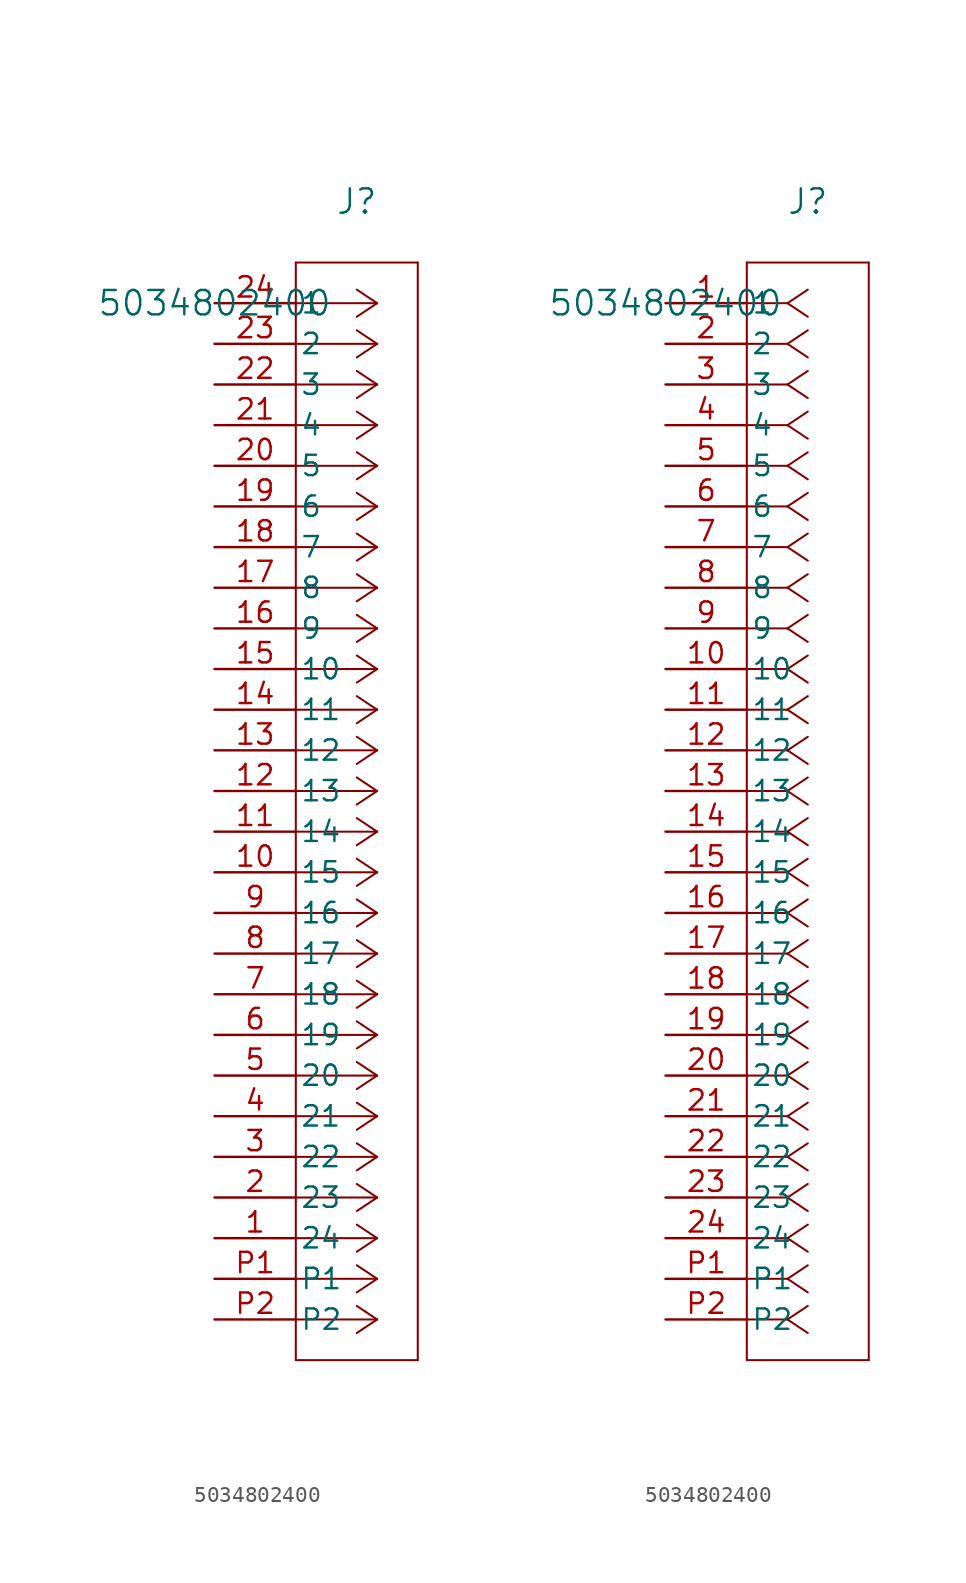
<source format=kicad_sym>
(kicad_symbol_lib
  (version 20241209)
  (generator "kicad_symbol_editor")
  (generator_version "9.0")
  (symbol "5034802400"
    (pin_names
      (offset 0.254))
    (property "Reference" "J"
      (at 8.89 6.35 0)
      (effects (font (size 1.524 1.524))))
    (property "Value" "5034802400"
      (at 0 0 0)
      (effects (font (size 1.524 1.524))))
    (property "ki_locked" ""
      (at 0 0 0)
      (effects (font (size 1.27 1.27))))
    (symbol "5034802400_1_1"
      (polyline (pts (xy 5.08 2.54) (xy 5.08 -66.04)) (stroke (width 0.127) (type default)) (fill (type none)))
      (polyline (pts (xy 5.08 -66.04) (xy 12.7 -66.04)) (stroke (width 0.127) (type default)) (fill (type none)))
      (polyline (pts (xy 10.16 0) (xy 5.08 0)) (stroke (width 0.127) (type default)) (fill (type none)))
      (polyline (pts (xy 10.16 0) (xy 8.89 0.847)) (stroke (width 0.127) (type default)) (fill (type none)))
      (polyline (pts (xy 10.16 0) (xy 8.89 -0.847)) (stroke (width 0.127) (type default)) (fill (type none)))
      (polyline (pts (xy 10.16 -2.54) (xy 5.08 -2.54)) (stroke (width 0.127) (type default)) (fill (type none)))
      (polyline (pts (xy 10.16 -2.54) (xy 8.89 -1.693)) (stroke (width 0.127) (type default)) (fill (type none)))
      (polyline (pts (xy 10.16 -2.54) (xy 8.89 -3.387)) (stroke (width 0.127) (type default)) (fill (type none)))
      (polyline (pts (xy 10.16 -5.08) (xy 5.08 -5.08)) (stroke (width 0.127) (type default)) (fill (type none)))
      (polyline (pts (xy 10.16 -5.08) (xy 8.89 -4.233)) (stroke (width 0.127) (type default)) (fill (type none)))
      (polyline (pts (xy 10.16 -5.08) (xy 8.89 -5.927)) (stroke (width 0.127) (type default)) (fill (type none)))
      (polyline (pts (xy 10.16 -7.62) (xy 5.08 -7.62)) (stroke (width 0.127) (type default)) (fill (type none)))
      (polyline (pts (xy 10.16 -7.62) (xy 8.89 -6.773)) (stroke (width 0.127) (type default)) (fill (type none)))
      (polyline (pts (xy 10.16 -7.62) (xy 8.89 -8.467)) (stroke (width 0.127) (type default)) (fill (type none)))
      (polyline (pts (xy 10.16 -10.16) (xy 5.08 -10.16)) (stroke (width 0.127) (type default)) (fill (type none)))
      (polyline (pts (xy 10.16 -10.16) (xy 8.89 -9.313)) (stroke (width 0.127) (type default)) (fill (type none)))
      (polyline (pts (xy 10.16 -10.16) (xy 8.89 -11.007)) (stroke (width 0.127) (type default)) (fill (type none)))
      (polyline (pts (xy 10.16 -12.7) (xy 5.08 -12.7)) (stroke (width 0.127) (type default)) (fill (type none)))
      (polyline (pts (xy 10.16 -12.7) (xy 8.89 -11.853)) (stroke (width 0.127) (type default)) (fill (type none)))
      (polyline (pts (xy 10.16 -12.7) (xy 8.89 -13.547)) (stroke (width 0.127) (type default)) (fill (type none)))
      (polyline (pts (xy 10.16 -15.24) (xy 5.08 -15.24)) (stroke (width 0.127) (type default)) (fill (type none)))
      (polyline (pts (xy 10.16 -15.24) (xy 8.89 -14.393)) (stroke (width 0.127) (type default)) (fill (type none)))
      (polyline (pts (xy 10.16 -15.24) (xy 8.89 -16.087)) (stroke (width 0.127) (type default)) (fill (type none)))
      (polyline (pts (xy 10.16 -17.78) (xy 5.08 -17.78)) (stroke (width 0.127) (type default)) (fill (type none)))
      (polyline (pts (xy 10.16 -17.78) (xy 8.89 -16.933)) (stroke (width 0.127) (type default)) (fill (type none)))
      (polyline (pts (xy 10.16 -17.78) (xy 8.89 -18.627)) (stroke (width 0.127) (type default)) (fill (type none)))
      (polyline (pts (xy 10.16 -20.32) (xy 5.08 -20.32)) (stroke (width 0.127) (type default)) (fill (type none)))
      (polyline (pts (xy 10.16 -20.32) (xy 8.89 -19.473)) (stroke (width 0.127) (type default)) (fill (type none)))
      (polyline (pts (xy 10.16 -20.32) (xy 8.89 -21.167)) (stroke (width 0.127) (type default)) (fill (type none)))
      (polyline (pts (xy 10.16 -22.86) (xy 5.08 -22.86)) (stroke (width 0.127) (type default)) (fill (type none)))
      (polyline (pts (xy 10.16 -22.86) (xy 8.89 -22.013)) (stroke (width 0.127) (type default)) (fill (type none)))
      (polyline (pts (xy 10.16 -22.86) (xy 8.89 -23.707)) (stroke (width 0.127) (type default)) (fill (type none)))
      (polyline (pts (xy 10.16 -25.4) (xy 5.08 -25.4)) (stroke (width 0.127) (type default)) (fill (type none)))
      (polyline (pts (xy 10.16 -25.4) (xy 8.89 -24.553)) (stroke (width 0.127) (type default)) (fill (type none)))
      (polyline (pts (xy 10.16 -25.4) (xy 8.89 -26.247)) (stroke (width 0.127) (type default)) (fill (type none)))
      (polyline (pts (xy 10.16 -27.94) (xy 5.08 -27.94)) (stroke (width 0.127) (type default)) (fill (type none)))
      (polyline (pts (xy 10.16 -27.94) (xy 8.89 -27.093)) (stroke (width 0.127) (type default)) (fill (type none)))
      (polyline (pts (xy 10.16 -27.94) (xy 8.89 -28.787)) (stroke (width 0.127) (type default)) (fill (type none)))
      (polyline (pts (xy 10.16 -30.48) (xy 5.08 -30.48)) (stroke (width 0.127) (type default)) (fill (type none)))
      (polyline (pts (xy 10.16 -30.48) (xy 8.89 -29.633)) (stroke (width 0.127) (type default)) (fill (type none)))
      (polyline (pts (xy 10.16 -30.48) (xy 8.89 -31.327)) (stroke (width 0.127) (type default)) (fill (type none)))
      (polyline (pts (xy 10.16 -33.02) (xy 5.08 -33.02)) (stroke (width 0.127) (type default)) (fill (type none)))
      (polyline (pts (xy 10.16 -33.02) (xy 8.89 -32.173)) (stroke (width 0.127) (type default)) (fill (type none)))
      (polyline (pts (xy 10.16 -33.02) (xy 8.89 -33.867)) (stroke (width 0.127) (type default)) (fill (type none)))
      (polyline (pts (xy 10.16 -35.56) (xy 5.08 -35.56)) (stroke (width 0.127) (type default)) (fill (type none)))
      (polyline (pts (xy 10.16 -35.56) (xy 8.89 -34.713)) (stroke (width 0.127) (type default)) (fill (type none)))
      (polyline (pts (xy 10.16 -35.56) (xy 8.89 -36.407)) (stroke (width 0.127) (type default)) (fill (type none)))
      (polyline (pts (xy 10.16 -38.1) (xy 5.08 -38.1)) (stroke (width 0.127) (type default)) (fill (type none)))
      (polyline (pts (xy 10.16 -38.1) (xy 8.89 -37.253)) (stroke (width 0.127) (type default)) (fill (type none)))
      (polyline (pts (xy 10.16 -38.1) (xy 8.89 -38.947)) (stroke (width 0.127) (type default)) (fill (type none)))
      (polyline (pts (xy 10.16 -40.64) (xy 5.08 -40.64)) (stroke (width 0.127) (type default)) (fill (type none)))
      (polyline (pts (xy 10.16 -40.64) (xy 8.89 -39.793)) (stroke (width 0.127) (type default)) (fill (type none)))
      (polyline (pts (xy 10.16 -40.64) (xy 8.89 -41.487)) (stroke (width 0.127) (type default)) (fill (type none)))
      (polyline (pts (xy 10.16 -43.18) (xy 5.08 -43.18)) (stroke (width 0.127) (type default)) (fill (type none)))
      (polyline (pts (xy 10.16 -43.18) (xy 8.89 -42.333)) (stroke (width 0.127) (type default)) (fill (type none)))
      (polyline (pts (xy 10.16 -43.18) (xy 8.89 -44.027)) (stroke (width 0.127) (type default)) (fill (type none)))
      (polyline (pts (xy 10.16 -45.72) (xy 5.08 -45.72)) (stroke (width 0.127) (type default)) (fill (type none)))
      (polyline (pts (xy 10.16 -45.72) (xy 8.89 -44.873)) (stroke (width 0.127) (type default)) (fill (type none)))
      (polyline (pts (xy 10.16 -45.72) (xy 8.89 -46.567)) (stroke (width 0.127) (type default)) (fill (type none)))
      (polyline (pts (xy 10.16 -48.26) (xy 5.08 -48.26)) (stroke (width 0.127) (type default)) (fill (type none)))
      (polyline (pts (xy 10.16 -48.26) (xy 8.89 -47.413)) (stroke (width 0.127) (type default)) (fill (type none)))
      (polyline (pts (xy 10.16 -48.26) (xy 8.89 -49.107)) (stroke (width 0.127) (type default)) (fill (type none)))
      (polyline (pts (xy 10.16 -50.8) (xy 5.08 -50.8)) (stroke (width 0.127) (type default)) (fill (type none)))
      (polyline (pts (xy 10.16 -50.8) (xy 8.89 -49.953)) (stroke (width 0.127) (type default)) (fill (type none)))
      (polyline (pts (xy 10.16 -50.8) (xy 8.89 -51.647)) (stroke (width 0.127) (type default)) (fill (type none)))
      (polyline (pts (xy 10.16 -53.34) (xy 5.08 -53.34)) (stroke (width 0.127) (type default)) (fill (type none)))
      (polyline (pts (xy 10.16 -53.34) (xy 8.89 -52.493)) (stroke (width 0.127) (type default)) (fill (type none)))
      (polyline (pts (xy 10.16 -53.34) (xy 8.89 -54.187)) (stroke (width 0.127) (type default)) (fill (type none)))
      (polyline (pts (xy 10.16 -55.88) (xy 5.08 -55.88)) (stroke (width 0.127) (type default)) (fill (type none)))
      (polyline (pts (xy 10.16 -55.88) (xy 8.89 -55.033)) (stroke (width 0.127) (type default)) (fill (type none)))
      (polyline (pts (xy 10.16 -55.88) (xy 8.89 -56.727)) (stroke (width 0.127) (type default)) (fill (type none)))
      (polyline (pts (xy 10.16 -58.42) (xy 5.08 -58.42)) (stroke (width 0.127) (type default)) (fill (type none)))
      (polyline (pts (xy 10.16 -58.42) (xy 8.89 -57.573)) (stroke (width 0.127) (type default)) (fill (type none)))
      (polyline (pts (xy 10.16 -58.42) (xy 8.89 -59.267)) (stroke (width 0.127) (type default)) (fill (type none)))
      (polyline (pts (xy 10.16 -60.96) (xy 5.08 -60.96)) (stroke (width 0.127) (type default)) (fill (type none)))
      (polyline (pts (xy 10.16 -60.96) (xy 8.89 -60.113)) (stroke (width 0.127) (type default)) (fill (type none)))
      (polyline (pts (xy 10.16 -60.96) (xy 8.89 -61.807)) (stroke (width 0.127) (type default)) (fill (type none)))
      (polyline (pts (xy 10.16 -63.5) (xy 5.08 -63.5)) (stroke (width 0.127) (type default)) (fill (type none)))
      (polyline (pts (xy 10.16 -63.5) (xy 8.89 -62.653)) (stroke (width 0.127) (type default)) (fill (type none)))
      (polyline (pts (xy 10.16 -63.5) (xy 8.89 -64.347)) (stroke (width 0.127) (type default)) (fill (type none)))
      (polyline (pts (xy 12.7 2.54) (xy 5.08 2.54)) (stroke (width 0.127) (type default)) (fill (type none)))
      (polyline (pts (xy 12.7 -66.04) (xy 12.7 2.54)) (stroke (width 0.127) (type default)) (fill (type none)))
      (pin unspecified line (at 0 0 0) (length 5.08) (name "1" (effects (font (size 1.27 1.27)))) (number "24" (effects (font (size 1.27 1.27)))))
      (pin unspecified line (at 0 -2.54 0) (length 5.08) (name "2" (effects (font (size 1.27 1.27)))) (number "23" (effects (font (size 1.27 1.27)))))
      (pin unspecified line (at 0 -5.08 0) (length 5.08) (name "3" (effects (font (size 1.27 1.27)))) (number "22" (effects (font (size 1.27 1.27)))))
      (pin unspecified line (at 0 -7.62 0) (length 5.08) (name "4" (effects (font (size 1.27 1.27)))) (number "21" (effects (font (size 1.27 1.27)))))
      (pin unspecified line (at 0 -10.16 0) (length 5.08) (name "5" (effects (font (size 1.27 1.27)))) (number "20" (effects (font (size 1.27 1.27)))))
      (pin unspecified line (at 0 -12.7 0) (length 5.08) (name "6" (effects (font (size 1.27 1.27)))) (number "19" (effects (font (size 1.27 1.27)))))
      (pin unspecified line (at 0 -15.24 0) (length 5.08) (name "7" (effects (font (size 1.27 1.27)))) (number "18" (effects (font (size 1.27 1.27)))))
      (pin unspecified line (at 0 -17.78 0) (length 5.08) (name "8" (effects (font (size 1.27 1.27)))) (number "17" (effects (font (size 1.27 1.27)))))
      (pin unspecified line (at 0 -20.32 0) (length 5.08) (name "9" (effects (font (size 1.27 1.27)))) (number "16" (effects (font (size 1.27 1.27)))))
      (pin unspecified line (at 0 -22.86 0) (length 5.08) (name "10" (effects (font (size 1.27 1.27)))) (number "15" (effects (font (size 1.27 1.27)))))
      (pin unspecified line (at 0 -25.4 0) (length 5.08) (name "11" (effects (font (size 1.27 1.27)))) (number "14" (effects (font (size 1.27 1.27)))))
      (pin unspecified line (at 0 -27.94 0) (length 5.08) (name "12" (effects (font (size 1.27 1.27)))) (number "13" (effects (font (size 1.27 1.27)))))
      (pin unspecified line (at 0 -30.48 0) (length 5.08) (name "13" (effects (font (size 1.27 1.27)))) (number "12" (effects (font (size 1.27 1.27)))))
      (pin unspecified line (at 0 -33.02 0) (length 5.08) (name "14" (effects (font (size 1.27 1.27)))) (number "11" (effects (font (size 1.27 1.27)))))
      (pin unspecified line (at 0 -35.56 0) (length 5.08) (name "15" (effects (font (size 1.27 1.27)))) (number "10" (effects (font (size 1.27 1.27)))))
      (pin unspecified line (at 0 -38.1 0) (length 5.08) (name "16" (effects (font (size 1.27 1.27)))) (number "9" (effects (font (size 1.27 1.27)))))
      (pin unspecified line (at 0 -40.64 0) (length 5.08) (name "17" (effects (font (size 1.27 1.27)))) (number "8" (effects (font (size 1.27 1.27)))))
      (pin unspecified line (at 0 -43.18 0) (length 5.08) (name "18" (effects (font (size 1.27 1.27)))) (number "7" (effects (font (size 1.27 1.27)))))
      (pin unspecified line (at 0 -45.72 0) (length 5.08) (name "19" (effects (font (size 1.27 1.27)))) (number "6" (effects (font (size 1.27 1.27)))))
      (pin unspecified line (at 0 -48.26 0) (length 5.08) (name "20" (effects (font (size 1.27 1.27)))) (number "5" (effects (font (size 1.27 1.27)))))
      (pin unspecified line (at 0 -50.8 0) (length 5.08) (name "21" (effects (font (size 1.27 1.27)))) (number "4" (effects (font (size 1.27 1.27)))))
      (pin unspecified line (at 0 -53.34 0) (length 5.08) (name "22" (effects (font (size 1.27 1.27)))) (number "3" (effects (font (size 1.27 1.27)))))
      (pin unspecified line (at 0 -55.88 0) (length 5.08) (name "23" (effects (font (size 1.27 1.27)))) (number "2" (effects (font (size 1.27 1.27)))))
      (pin unspecified line (at 0 -58.42 0) (length 5.08) (name "24" (effects (font (size 1.27 1.27)))) (number "1" (effects (font (size 1.27 1.27)))))
      (pin unspecified line (at 0 -60.96 0) (length 5.08) (name "P1" (effects (font (size 1.27 1.27)))) (number "P1" (effects (font (size 1.27 1.27)))))
      (pin unspecified line (at 0 -63.5 0) (length 5.08) (name "P2" (effects (font (size 1.27 1.27)))) (number "P2" (effects (font (size 1.27 1.27))))))
    (symbol "5034802400_1_2"
      (polyline (pts (xy 5.08 2.54) (xy 5.08 -66.04)) (stroke (width 0.127) (type default)) (fill (type none)))
      (polyline (pts (xy 5.08 -66.04) (xy 12.7 -66.04)) (stroke (width 0.127) (type default)) (fill (type none)))
      (polyline (pts (xy 7.62 0) (xy 5.08 0)) (stroke (width 0.127) (type default)) (fill (type none)))
      (polyline (pts (xy 7.62 0) (xy 8.89 0.847)) (stroke (width 0.127) (type default)) (fill (type none)))
      (polyline (pts (xy 7.62 0) (xy 8.89 -0.847)) (stroke (width 0.127) (type default)) (fill (type none)))
      (polyline (pts (xy 7.62 -2.54) (xy 5.08 -2.54)) (stroke (width 0.127) (type default)) (fill (type none)))
      (polyline (pts (xy 7.62 -2.54) (xy 8.89 -1.693)) (stroke (width 0.127) (type default)) (fill (type none)))
      (polyline (pts (xy 7.62 -2.54) (xy 8.89 -3.387)) (stroke (width 0.127) (type default)) (fill (type none)))
      (polyline (pts (xy 7.62 -5.08) (xy 5.08 -5.08)) (stroke (width 0.127) (type default)) (fill (type none)))
      (polyline (pts (xy 7.62 -5.08) (xy 8.89 -4.233)) (stroke (width 0.127) (type default)) (fill (type none)))
      (polyline (pts (xy 7.62 -5.08) (xy 8.89 -5.927)) (stroke (width 0.127) (type default)) (fill (type none)))
      (polyline (pts (xy 7.62 -7.62) (xy 5.08 -7.62)) (stroke (width 0.127) (type default)) (fill (type none)))
      (polyline (pts (xy 7.62 -7.62) (xy 8.89 -6.773)) (stroke (width 0.127) (type default)) (fill (type none)))
      (polyline (pts (xy 7.62 -7.62) (xy 8.89 -8.467)) (stroke (width 0.127) (type default)) (fill (type none)))
      (polyline (pts (xy 7.62 -10.16) (xy 5.08 -10.16)) (stroke (width 0.127) (type default)) (fill (type none)))
      (polyline (pts (xy 7.62 -10.16) (xy 8.89 -9.313)) (stroke (width 0.127) (type default)) (fill (type none)))
      (polyline (pts (xy 7.62 -10.16) (xy 8.89 -11.007)) (stroke (width 0.127) (type default)) (fill (type none)))
      (polyline (pts (xy 7.62 -12.7) (xy 5.08 -12.7)) (stroke (width 0.127) (type default)) (fill (type none)))
      (polyline (pts (xy 7.62 -12.7) (xy 8.89 -11.853)) (stroke (width 0.127) (type default)) (fill (type none)))
      (polyline (pts (xy 7.62 -12.7) (xy 8.89 -13.547)) (stroke (width 0.127) (type default)) (fill (type none)))
      (polyline (pts (xy 7.62 -15.24) (xy 5.08 -15.24)) (stroke (width 0.127) (type default)) (fill (type none)))
      (polyline (pts (xy 7.62 -15.24) (xy 8.89 -14.393)) (stroke (width 0.127) (type default)) (fill (type none)))
      (polyline (pts (xy 7.62 -15.24) (xy 8.89 -16.087)) (stroke (width 0.127) (type default)) (fill (type none)))
      (polyline (pts (xy 7.62 -17.78) (xy 5.08 -17.78)) (stroke (width 0.127) (type default)) (fill (type none)))
      (polyline (pts (xy 7.62 -17.78) (xy 8.89 -16.933)) (stroke (width 0.127) (type default)) (fill (type none)))
      (polyline (pts (xy 7.62 -17.78) (xy 8.89 -18.627)) (stroke (width 0.127) (type default)) (fill (type none)))
      (polyline (pts (xy 7.62 -20.32) (xy 5.08 -20.32)) (stroke (width 0.127) (type default)) (fill (type none)))
      (polyline (pts (xy 7.62 -20.32) (xy 8.89 -19.473)) (stroke (width 0.127) (type default)) (fill (type none)))
      (polyline (pts (xy 7.62 -20.32) (xy 8.89 -21.167)) (stroke (width 0.127) (type default)) (fill (type none)))
      (polyline (pts (xy 7.62 -22.86) (xy 5.08 -22.86)) (stroke (width 0.127) (type default)) (fill (type none)))
      (polyline (pts (xy 7.62 -22.86) (xy 8.89 -22.013)) (stroke (width 0.127) (type default)) (fill (type none)))
      (polyline (pts (xy 7.62 -22.86) (xy 8.89 -23.707)) (stroke (width 0.127) (type default)) (fill (type none)))
      (polyline (pts (xy 7.62 -25.4) (xy 5.08 -25.4)) (stroke (width 0.127) (type default)) (fill (type none)))
      (polyline (pts (xy 7.62 -25.4) (xy 8.89 -24.553)) (stroke (width 0.127) (type default)) (fill (type none)))
      (polyline (pts (xy 7.62 -25.4) (xy 8.89 -26.247)) (stroke (width 0.127) (type default)) (fill (type none)))
      (polyline (pts (xy 7.62 -27.94) (xy 5.08 -27.94)) (stroke (width 0.127) (type default)) (fill (type none)))
      (polyline (pts (xy 7.62 -27.94) (xy 8.89 -27.093)) (stroke (width 0.127) (type default)) (fill (type none)))
      (polyline (pts (xy 7.62 -27.94) (xy 8.89 -28.787)) (stroke (width 0.127) (type default)) (fill (type none)))
      (polyline (pts (xy 7.62 -30.48) (xy 5.08 -30.48)) (stroke (width 0.127) (type default)) (fill (type none)))
      (polyline (pts (xy 7.62 -30.48) (xy 8.89 -29.633)) (stroke (width 0.127) (type default)) (fill (type none)))
      (polyline (pts (xy 7.62 -30.48) (xy 8.89 -31.327)) (stroke (width 0.127) (type default)) (fill (type none)))
      (polyline (pts (xy 7.62 -33.02) (xy 5.08 -33.02)) (stroke (width 0.127) (type default)) (fill (type none)))
      (polyline (pts (xy 7.62 -33.02) (xy 8.89 -32.173)) (stroke (width 0.127) (type default)) (fill (type none)))
      (polyline (pts (xy 7.62 -33.02) (xy 8.89 -33.867)) (stroke (width 0.127) (type default)) (fill (type none)))
      (polyline (pts (xy 7.62 -35.56) (xy 5.08 -35.56)) (stroke (width 0.127) (type default)) (fill (type none)))
      (polyline (pts (xy 7.62 -35.56) (xy 8.89 -34.713)) (stroke (width 0.127) (type default)) (fill (type none)))
      (polyline (pts (xy 7.62 -35.56) (xy 8.89 -36.407)) (stroke (width 0.127) (type default)) (fill (type none)))
      (polyline (pts (xy 7.62 -38.1) (xy 5.08 -38.1)) (stroke (width 0.127) (type default)) (fill (type none)))
      (polyline (pts (xy 7.62 -38.1) (xy 8.89 -37.253)) (stroke (width 0.127) (type default)) (fill (type none)))
      (polyline (pts (xy 7.62 -38.1) (xy 8.89 -38.947)) (stroke (width 0.127) (type default)) (fill (type none)))
      (polyline (pts (xy 7.62 -40.64) (xy 5.08 -40.64)) (stroke (width 0.127) (type default)) (fill (type none)))
      (polyline (pts (xy 7.62 -40.64) (xy 8.89 -39.793)) (stroke (width 0.127) (type default)) (fill (type none)))
      (polyline (pts (xy 7.62 -40.64) (xy 8.89 -41.487)) (stroke (width 0.127) (type default)) (fill (type none)))
      (polyline (pts (xy 7.62 -43.18) (xy 5.08 -43.18)) (stroke (width 0.127) (type default)) (fill (type none)))
      (polyline (pts (xy 7.62 -43.18) (xy 8.89 -42.333)) (stroke (width 0.127) (type default)) (fill (type none)))
      (polyline (pts (xy 7.62 -43.18) (xy 8.89 -44.027)) (stroke (width 0.127) (type default)) (fill (type none)))
      (polyline (pts (xy 7.62 -45.72) (xy 5.08 -45.72)) (stroke (width 0.127) (type default)) (fill (type none)))
      (polyline (pts (xy 7.62 -45.72) (xy 8.89 -44.873)) (stroke (width 0.127) (type default)) (fill (type none)))
      (polyline (pts (xy 7.62 -45.72) (xy 8.89 -46.567)) (stroke (width 0.127) (type default)) (fill (type none)))
      (polyline (pts (xy 7.62 -48.26) (xy 5.08 -48.26)) (stroke (width 0.127) (type default)) (fill (type none)))
      (polyline (pts (xy 7.62 -48.26) (xy 8.89 -47.413)) (stroke (width 0.127) (type default)) (fill (type none)))
      (polyline (pts (xy 7.62 -48.26) (xy 8.89 -49.107)) (stroke (width 0.127) (type default)) (fill (type none)))
      (polyline (pts (xy 7.62 -50.8) (xy 5.08 -50.8)) (stroke (width 0.127) (type default)) (fill (type none)))
      (polyline (pts (xy 7.62 -50.8) (xy 8.89 -49.953)) (stroke (width 0.127) (type default)) (fill (type none)))
      (polyline (pts (xy 7.62 -50.8) (xy 8.89 -51.647)) (stroke (width 0.127) (type default)) (fill (type none)))
      (polyline (pts (xy 7.62 -53.34) (xy 5.08 -53.34)) (stroke (width 0.127) (type default)) (fill (type none)))
      (polyline (pts (xy 7.62 -53.34) (xy 8.89 -52.493)) (stroke (width 0.127) (type default)) (fill (type none)))
      (polyline (pts (xy 7.62 -53.34) (xy 8.89 -54.187)) (stroke (width 0.127) (type default)) (fill (type none)))
      (polyline (pts (xy 7.62 -55.88) (xy 5.08 -55.88)) (stroke (width 0.127) (type default)) (fill (type none)))
      (polyline (pts (xy 7.62 -55.88) (xy 8.89 -55.033)) (stroke (width 0.127) (type default)) (fill (type none)))
      (polyline (pts (xy 7.62 -55.88) (xy 8.89 -56.727)) (stroke (width 0.127) (type default)) (fill (type none)))
      (polyline (pts (xy 7.62 -58.42) (xy 5.08 -58.42)) (stroke (width 0.127) (type default)) (fill (type none)))
      (polyline (pts (xy 7.62 -58.42) (xy 8.89 -57.573)) (stroke (width 0.127) (type default)) (fill (type none)))
      (polyline (pts (xy 7.62 -58.42) (xy 8.89 -59.267)) (stroke (width 0.127) (type default)) (fill (type none)))
      (polyline (pts (xy 7.62 -60.96) (xy 5.08 -60.96)) (stroke (width 0.127) (type default)) (fill (type none)))
      (polyline (pts (xy 7.62 -60.96) (xy 8.89 -60.113)) (stroke (width 0.127) (type default)) (fill (type none)))
      (polyline (pts (xy 7.62 -60.96) (xy 8.89 -61.807)) (stroke (width 0.127) (type default)) (fill (type none)))
      (polyline (pts (xy 7.62 -63.5) (xy 5.08 -63.5)) (stroke (width 0.127) (type default)) (fill (type none)))
      (polyline (pts (xy 7.62 -63.5) (xy 8.89 -62.653)) (stroke (width 0.127) (type default)) (fill (type none)))
      (polyline (pts (xy 7.62 -63.5) (xy 8.89 -64.347)) (stroke (width 0.127) (type default)) (fill (type none)))
      (polyline (pts (xy 12.7 2.54) (xy 5.08 2.54)) (stroke (width 0.127) (type default)) (fill (type none)))
      (polyline (pts (xy 12.7 -66.04) (xy 12.7 2.54)) (stroke (width 0.127) (type default)) (fill (type none)))
      (pin unspecified line (at 0 0 0) (length 5.08) (name "1" (effects (font (size 1.27 1.27)))) (number "1" (effects (font (size 1.27 1.27)))))
      (pin unspecified line (at 0 -2.54 0) (length 5.08) (name "2" (effects (font (size 1.27 1.27)))) (number "2" (effects (font (size 1.27 1.27)))))
      (pin unspecified line (at 0 -5.08 0) (length 5.08) (name "3" (effects (font (size 1.27 1.27)))) (number "3" (effects (font (size 1.27 1.27)))))
      (pin unspecified line (at 0 -7.62 0) (length 5.08) (name "4" (effects (font (size 1.27 1.27)))) (number "4" (effects (font (size 1.27 1.27)))))
      (pin unspecified line (at 0 -10.16 0) (length 5.08) (name "5" (effects (font (size 1.27 1.27)))) (number "5" (effects (font (size 1.27 1.27)))))
      (pin unspecified line (at 0 -12.7 0) (length 5.08) (name "6" (effects (font (size 1.27 1.27)))) (number "6" (effects (font (size 1.27 1.27)))))
      (pin unspecified line (at 0 -15.24 0) (length 5.08) (name "7" (effects (font (size 1.27 1.27)))) (number "7" (effects (font (size 1.27 1.27)))))
      (pin unspecified line (at 0 -17.78 0) (length 5.08) (name "8" (effects (font (size 1.27 1.27)))) (number "8" (effects (font (size 1.27 1.27)))))
      (pin unspecified line (at 0 -20.32 0) (length 5.08) (name "9" (effects (font (size 1.27 1.27)))) (number "9" (effects (font (size 1.27 1.27)))))
      (pin unspecified line (at 0 -22.86 0) (length 5.08) (name "10" (effects (font (size 1.27 1.27)))) (number "10" (effects (font (size 1.27 1.27)))))
      (pin unspecified line (at 0 -25.4 0) (length 5.08) (name "11" (effects (font (size 1.27 1.27)))) (number "11" (effects (font (size 1.27 1.27)))))
      (pin unspecified line (at 0 -27.94 0) (length 5.08) (name "12" (effects (font (size 1.27 1.27)))) (number "12" (effects (font (size 1.27 1.27)))))
      (pin unspecified line (at 0 -30.48 0) (length 5.08) (name "13" (effects (font (size 1.27 1.27)))) (number "13" (effects (font (size 1.27 1.27)))))
      (pin unspecified line (at 0 -33.02 0) (length 5.08) (name "14" (effects (font (size 1.27 1.27)))) (number "14" (effects (font (size 1.27 1.27)))))
      (pin unspecified line (at 0 -35.56 0) (length 5.08) (name "15" (effects (font (size 1.27 1.27)))) (number "15" (effects (font (size 1.27 1.27)))))
      (pin unspecified line (at 0 -38.1 0) (length 5.08) (name "16" (effects (font (size 1.27 1.27)))) (number "16" (effects (font (size 1.27 1.27)))))
      (pin unspecified line (at 0 -40.64 0) (length 5.08) (name "17" (effects (font (size 1.27 1.27)))) (number "17" (effects (font (size 1.27 1.27)))))
      (pin unspecified line (at 0 -43.18 0) (length 5.08) (name "18" (effects (font (size 1.27 1.27)))) (number "18" (effects (font (size 1.27 1.27)))))
      (pin unspecified line (at 0 -45.72 0) (length 5.08) (name "19" (effects (font (size 1.27 1.27)))) (number "19" (effects (font (size 1.27 1.27)))))
      (pin unspecified line (at 0 -48.26 0) (length 5.08) (name "20" (effects (font (size 1.27 1.27)))) (number "20" (effects (font (size 1.27 1.27)))))
      (pin unspecified line (at 0 -50.8 0) (length 5.08) (name "21" (effects (font (size 1.27 1.27)))) (number "21" (effects (font (size 1.27 1.27)))))
      (pin unspecified line (at 0 -53.34 0) (length 5.08) (name "22" (effects (font (size 1.27 1.27)))) (number "22" (effects (font (size 1.27 1.27)))))
      (pin unspecified line (at 0 -55.88 0) (length 5.08) (name "23" (effects (font (size 1.27 1.27)))) (number "23" (effects (font (size 1.27 1.27)))))
      (pin unspecified line (at 0 -58.42 0) (length 5.08) (name "24" (effects (font (size 1.27 1.27)))) (number "24" (effects (font (size 1.27 1.27)))))
      (pin unspecified line (at 0 -60.96 0) (length 5.08) (name "P1" (effects (font (size 1.27 1.27)))) (number "P1" (effects (font (size 1.27 1.27)))))
      (pin unspecified line (at 0 -63.5 0) (length 5.08) (name "P2" (effects (font (size 1.27 1.27)))) (number "P2" (effects (font (size 1.27 1.27))))))))
</source>
